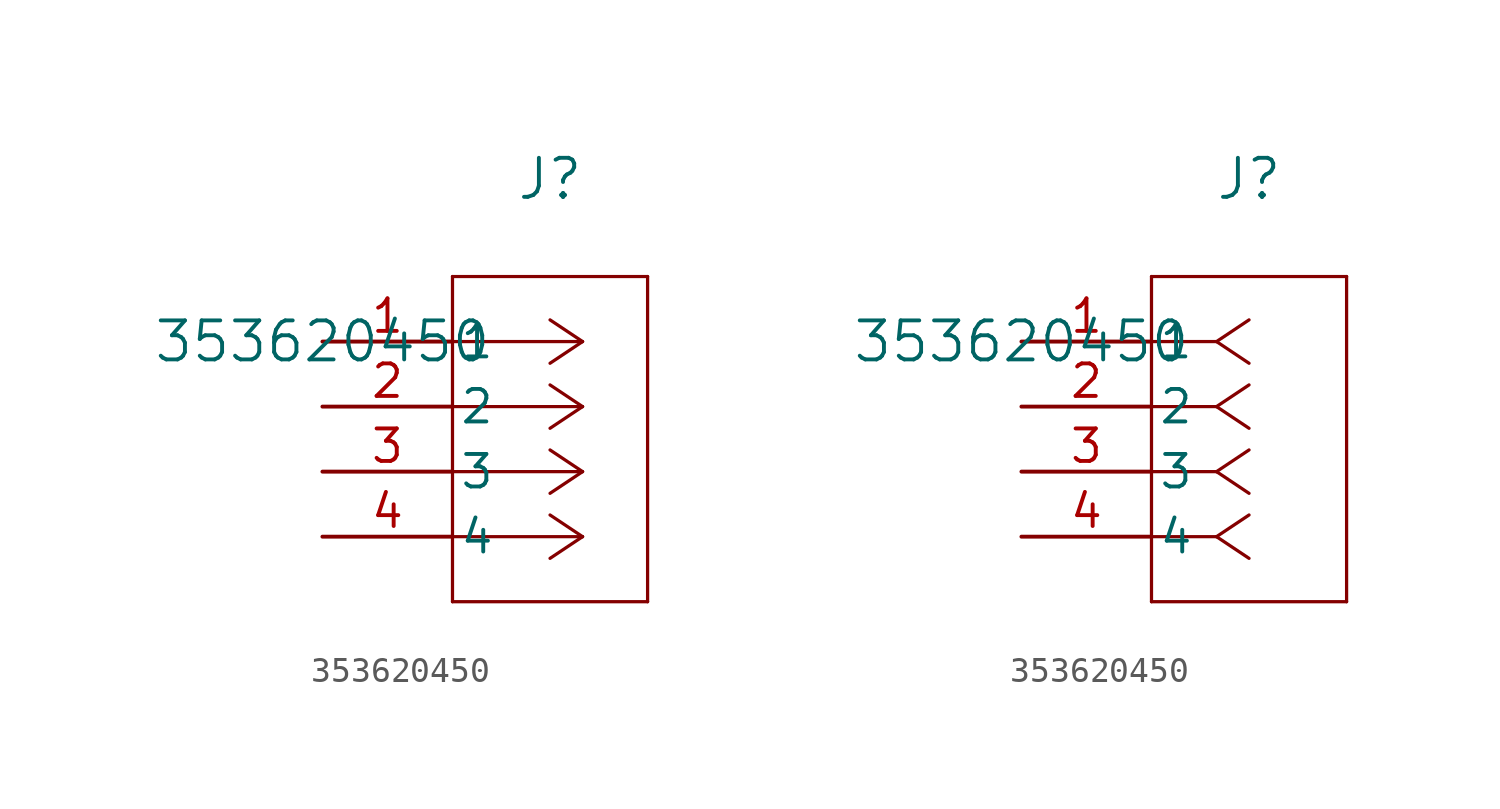
<source format=kicad_sym>
(kicad_symbol_lib
  (version 20211014)
  (generator kicad_symbol_editor)
  (symbol "353620450"
    (pin_names
      (offset 0.254))
    (property "Reference" "J"
      (at 8.89 6.35 0)
      (effects (font (size 1.524 1.524))))
    (property "Value" "353620450"
      (at 0 0 0)
      (effects (font (size 1.524 1.524))))
    (symbol "353620450_1_1"
      (polyline (pts (xy 10.16 0) (xy 5.08 0)) (stroke (width 0.127) (type default) (color 0 0 0 0)) (fill (type none)))
      (polyline (pts (xy 10.16 -2.54) (xy 5.08 -2.54)) (stroke (width 0.127) (type default) (color 0 0 0 0)) (fill (type none)))
      (polyline (pts (xy 10.16 -5.08) (xy 5.08 -5.08)) (stroke (width 0.127) (type default) (color 0 0 0 0)) (fill (type none)))
      (polyline (pts (xy 10.16 -7.62) (xy 5.08 -7.62)) (stroke (width 0.127) (type default) (color 0 0 0 0)) (fill (type none)))
      (polyline (pts (xy 10.16 0) (xy 8.89 0.847)) (stroke (width 0.127) (type default) (color 0 0 0 0)) (fill (type none)))
      (polyline (pts (xy 10.16 -2.54) (xy 8.89 -1.693)) (stroke (width 0.127) (type default) (color 0 0 0 0)) (fill (type none)))
      (polyline (pts (xy 10.16 -5.08) (xy 8.89 -4.233)) (stroke (width 0.127) (type default) (color 0 0 0 0)) (fill (type none)))
      (polyline (pts (xy 10.16 -7.62) (xy 8.89 -6.773)) (stroke (width 0.127) (type default) (color 0 0 0 0)) (fill (type none)))
      (polyline (pts (xy 10.16 0) (xy 8.89 -0.847)) (stroke (width 0.127) (type default) (color 0 0 0 0)) (fill (type none)))
      (polyline (pts (xy 10.16 -2.54) (xy 8.89 -3.387)) (stroke (width 0.127) (type default) (color 0 0 0 0)) (fill (type none)))
      (polyline (pts (xy 10.16 -5.08) (xy 8.89 -5.927)) (stroke (width 0.127) (type default) (color 0 0 0 0)) (fill (type none)))
      (polyline (pts (xy 10.16 -7.62) (xy 8.89 -8.467)) (stroke (width 0.127) (type default) (color 0 0 0 0)) (fill (type none)))
      (polyline (pts (xy 5.08 2.54) (xy 5.08 -10.16)) (stroke (width 0.127) (type default) (color 0 0 0 0)) (fill (type none)))
      (polyline (pts (xy 5.08 -10.16) (xy 12.7 -10.16)) (stroke (width 0.127) (type default) (color 0 0 0 0)) (fill (type none)))
      (polyline (pts (xy 12.7 -10.16) (xy 12.7 2.54)) (stroke (width 0.127) (type default) (color 0 0 0 0)) (fill (type none)))
      (polyline (pts (xy 12.7 2.54) (xy 5.08 2.54)) (stroke (width 0.127) (type default) (color 0 0 0 0)) (fill (type none)))
      (pin unspecified line (at 0 0 0) (length 5.08) (name "1" (effects (font (size 1.27 1.27)))) (number "1" (effects (font (size 1.27 1.27)))))
      (pin unspecified line (at 0 -2.54 0) (length 5.08) (name "2" (effects (font (size 1.27 1.27)))) (number "2" (effects (font (size 1.27 1.27)))))
      (pin unspecified line (at 0 -5.08 0) (length 5.08) (name "3" (effects (font (size 1.27 1.27)))) (number "3" (effects (font (size 1.27 1.27)))))
      (pin unspecified line (at 0 -7.62 0) (length 5.08) (name "4" (effects (font (size 1.27 1.27)))) (number "4" (effects (font (size 1.27 1.27))))))
    (symbol "353620450_1_2"
      (polyline (pts (xy 7.62 0) (xy 5.08 0)) (stroke (width 0.127) (type default) (color 0 0 0 0)) (fill (type none)))
      (polyline (pts (xy 7.62 -2.54) (xy 5.08 -2.54)) (stroke (width 0.127) (type default) (color 0 0 0 0)) (fill (type none)))
      (polyline (pts (xy 7.62 -5.08) (xy 5.08 -5.08)) (stroke (width 0.127) (type default) (color 0 0 0 0)) (fill (type none)))
      (polyline (pts (xy 7.62 -7.62) (xy 5.08 -7.62)) (stroke (width 0.127) (type default) (color 0 0 0 0)) (fill (type none)))
      (polyline (pts (xy 7.62 0) (xy 8.89 0.847)) (stroke (width 0.127) (type default) (color 0 0 0 0)) (fill (type none)))
      (polyline (pts (xy 7.62 -2.54) (xy 8.89 -1.693)) (stroke (width 0.127) (type default) (color 0 0 0 0)) (fill (type none)))
      (polyline (pts (xy 7.62 -5.08) (xy 8.89 -4.233)) (stroke (width 0.127) (type default) (color 0 0 0 0)) (fill (type none)))
      (polyline (pts (xy 7.62 -7.62) (xy 8.89 -6.773)) (stroke (width 0.127) (type default) (color 0 0 0 0)) (fill (type none)))
      (polyline (pts (xy 7.62 0) (xy 8.89 -0.847)) (stroke (width 0.127) (type default) (color 0 0 0 0)) (fill (type none)))
      (polyline (pts (xy 7.62 -2.54) (xy 8.89 -3.387)) (stroke (width 0.127) (type default) (color 0 0 0 0)) (fill (type none)))
      (polyline (pts (xy 7.62 -5.08) (xy 8.89 -5.927)) (stroke (width 0.127) (type default) (color 0 0 0 0)) (fill (type none)))
      (polyline (pts (xy 7.62 -7.62) (xy 8.89 -8.467)) (stroke (width 0.127) (type default) (color 0 0 0 0)) (fill (type none)))
      (polyline (pts (xy 5.08 2.54) (xy 5.08 -10.16)) (stroke (width 0.127) (type default) (color 0 0 0 0)) (fill (type none)))
      (polyline (pts (xy 5.08 -10.16) (xy 12.7 -10.16)) (stroke (width 0.127) (type default) (color 0 0 0 0)) (fill (type none)))
      (polyline (pts (xy 12.7 -10.16) (xy 12.7 2.54)) (stroke (width 0.127) (type default) (color 0 0 0 0)) (fill (type none)))
      (polyline (pts (xy 12.7 2.54) (xy 5.08 2.54)) (stroke (width 0.127) (type default) (color 0 0 0 0)) (fill (type none)))
      (pin unspecified line (at 0 0 0) (length 5.08) (name "1" (effects (font (size 1.27 1.27)))) (number "1" (effects (font (size 1.27 1.27)))))
      (pin unspecified line (at 0 -2.54 0) (length 5.08) (name "2" (effects (font (size 1.27 1.27)))) (number "2" (effects (font (size 1.27 1.27)))))
      (pin unspecified line (at 0 -5.08 0) (length 5.08) (name "3" (effects (font (size 1.27 1.27)))) (number "3" (effects (font (size 1.27 1.27)))))
      (pin unspecified line (at 0 -7.62 0) (length 5.08) (name "4" (effects (font (size 1.27 1.27)))) (number "4" (effects (font (size 1.27 1.27))))))))
</source>
